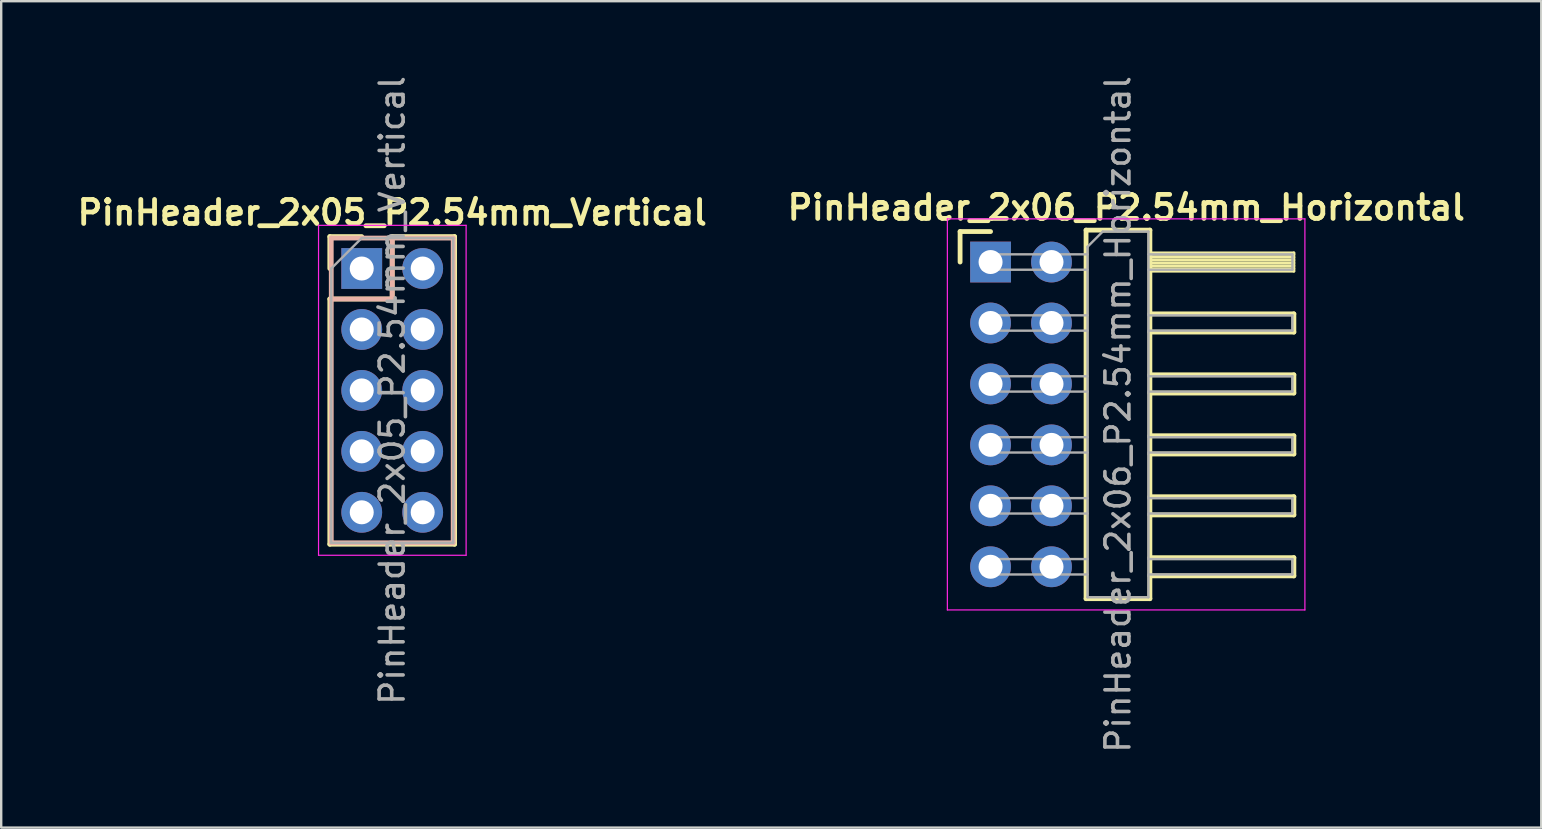
<source format=kicad_pcb>
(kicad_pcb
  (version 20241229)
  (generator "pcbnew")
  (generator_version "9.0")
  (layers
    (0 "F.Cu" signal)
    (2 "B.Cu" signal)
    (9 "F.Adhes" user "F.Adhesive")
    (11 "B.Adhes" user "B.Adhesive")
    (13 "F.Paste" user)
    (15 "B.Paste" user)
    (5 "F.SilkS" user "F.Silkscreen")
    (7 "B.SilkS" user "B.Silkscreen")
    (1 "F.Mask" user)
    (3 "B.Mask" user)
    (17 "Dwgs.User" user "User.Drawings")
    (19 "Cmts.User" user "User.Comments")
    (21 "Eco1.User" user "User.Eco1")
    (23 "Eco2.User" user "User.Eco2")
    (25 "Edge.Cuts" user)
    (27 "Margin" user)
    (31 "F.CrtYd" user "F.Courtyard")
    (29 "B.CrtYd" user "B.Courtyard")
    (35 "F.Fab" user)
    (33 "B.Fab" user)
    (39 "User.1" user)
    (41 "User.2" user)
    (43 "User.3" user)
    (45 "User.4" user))
  (footprint "PinHeader_2x05_P2.54mm_Vertical"
    (layer "F.Cu")
    (at 12.025 8.14)
    (property "Reference" "PinHeader_2x05_P2.54mm_Vertical" (at 1.27 -2.33 0) (layer "F.SilkS") (effects (font (size 1 1) (thickness 0.2))))
    (attr through_hole)
    (fp_line (start -1.33 -1.33) (end 0 -1.33) (stroke (width 0.2) (type solid)) (layer "F.SilkS"))
    (fp_line (start -1.33 0) (end -1.33 -1.33) (stroke (width 0.2) (type solid)) (layer "F.SilkS"))
    (fp_line (start -1.33 1.27) (end -1.33 11.49) (stroke (width 0.2) (type solid)) (layer "F.SilkS"))
    (fp_line (start -1.33 1.27) (end 1.27 1.27) (stroke (width 0.2) (type solid)) (layer "F.SilkS"))
    (fp_line (start -1.33 11.49) (end 3.87 11.49) (stroke (width 0.2) (type solid)) (layer "F.SilkS"))
    (fp_line (start 1.27 -1.33) (end 3.87 -1.33) (stroke (width 0.2) (type solid)) (layer "F.SilkS"))
    (fp_line (start 1.27 1.27) (end 1.27 -1.33) (stroke (width 0.2) (type solid)) (layer "F.SilkS"))
    (fp_line (start 3.87 -1.33) (end 3.87 11.49) (stroke (width 0.2) (type solid)) (layer "F.SilkS"))
    (fp_line (start -1.27 -1.27) (end 3.81 -1.27) (stroke (width 0.2) (type solid)) (layer "B.SilkS"))
    (fp_line (start -1.27 1.27) (end 1.27 1.27) (stroke (width 0.2) (type solid)) (layer "B.SilkS"))
    (fp_line (start -1.27 11.43) (end -1.27 -1.27) (stroke (width 0.2) (type solid)) (layer "B.SilkS"))
    (fp_line (start 1.27 1.27) (end 1.27 -1.27) (stroke (width 0.2) (type solid)) (layer "B.SilkS"))
    (fp_line (start 3.81 -1.27) (end 3.81 11.43) (stroke (width 0.2) (type solid)) (layer "B.SilkS"))
    (fp_line (start 3.81 11.43) (end -1.27 11.43) (stroke (width 0.2) (type solid)) (layer "B.SilkS"))
    (fp_line (start -1.8 -1.8) (end -1.8 11.95) (stroke (width 0.05) (type solid)) (layer "F.CrtYd"))
    (fp_line (start -1.8 11.95) (end 4.35 11.95) (stroke (width 0.05) (type solid)) (layer "F.CrtYd"))
    (fp_line (start 4.35 -1.8) (end -1.8 -1.8) (stroke (width 0.05) (type solid)) (layer "F.CrtYd"))
    (fp_line (start 4.35 11.95) (end 4.35 -1.8) (stroke (width 0.05) (type solid)) (layer "F.CrtYd"))
    (fp_line (start -1.27 0) (end 0 -1.27) (stroke (width 0.1) (type solid)) (layer "F.Fab"))
    (fp_line (start -1.27 11.43) (end -1.27 0) (stroke (width 0.1) (type solid)) (layer "F.Fab"))
    (fp_line (start 0 -1.27) (end 3.81 -1.27) (stroke (width 0.1) (type solid)) (layer "F.Fab"))
    (fp_line (start 3.81 -1.27) (end 3.81 11.43) (stroke (width 0.1) (type solid)) (layer "F.Fab"))
    (fp_line (start 3.81 11.43) (end -1.27 11.43) (stroke (width 0.1) (type solid)) (layer "F.Fab"))
    (fp_text user "${REFERENCE}" (at 1.27 5.08 90) (layer "F.Fab") (effects (font (size 1 1) (thickness 0.15))))
    (pad "1" thru_hole rect (at 0 0) (size 1.7 1.7) (drill 1) (layers "*.Cu" "*.Mask"))
    (pad "2" thru_hole oval (at 2.54 0) (size 1.7 1.7) (drill 1) (layers "*.Cu" "*.Mask"))
    (pad "3" thru_hole oval (at 0 2.54) (size 1.7 1.7) (drill 1) (layers "*.Cu" "*.Mask"))
    (pad "4" thru_hole oval (at 2.54 2.54) (size 1.7 1.7) (drill 1) (layers "*.Cu" "*.Mask"))
    (pad "5" thru_hole oval (at 0 5.08) (size 1.7 1.7) (drill 1) (layers "*.Cu" "*.Mask"))
    (pad "6" thru_hole oval (at 2.54 5.08) (size 1.7 1.7) (drill 1) (layers "*.Cu" "*.Mask"))
    (pad "7" thru_hole oval (at 0 7.62) (size 1.7 1.7) (drill 1) (layers "*.Cu" "*.Mask"))
    (pad "8" thru_hole oval (at 2.54 7.62) (size 1.7 1.7) (drill 1) (layers "*.Cu" "*.Mask"))
    (pad "9" thru_hole oval (at 0 10.16) (size 1.7 1.7) (drill 1) (layers "*.Cu" "*.Mask"))
    (pad "10" thru_hole oval (at 2.54 10.16) (size 1.7 1.7) (drill 1) (layers "*.Cu" "*.Mask")))
  (footprint "PinHeader_2x06_P2.54mm_Horizontal"
    (layer "F.Cu")
    (at 38.231 7.87)
    (property "Reference" "PinHeader_2x06_P2.54mm_Horizontal" (at 5.655 -2.27 0) (layer "F.SilkS") (effects (font (size 1 1) (thickness 0.2))))
    (attr through_hole)
    (fp_line (start -1.27 -1.27) (end 0 -1.27) (stroke (width 0.2) (type solid)) (layer "F.SilkS"))
    (fp_line (start -1.27 0) (end -1.27 -1.27) (stroke (width 0.2) (type solid)) (layer "F.SilkS"))
    (fp_line (start 3.98 -1.33) (end 3.98 14.03) (stroke (width 0.2) (type solid)) (layer "F.SilkS"))
    (fp_line (start 3.98 14.03) (end 6.64 14.03) (stroke (width 0.2) (type solid)) (layer "F.SilkS"))
    (fp_line (start 6.64 -1.33) (end 3.98 -1.33) (stroke (width 0.2) (type solid)) (layer "F.SilkS"))
    (fp_line (start 6.64 -0.38) (end 12.64 -0.38) (stroke (width 0.12) (type solid)) (layer "F.SilkS"))
    (fp_line (start 6.64 -0.32) (end 12.64 -0.32) (stroke (width 0.12) (type solid)) (layer "F.SilkS"))
    (fp_line (start 6.64 -0.2) (end 12.64 -0.2) (stroke (width 0.12) (type solid)) (layer "F.SilkS"))
    (fp_line (start 6.64 -0.08) (end 12.64 -0.08) (stroke (width 0.12) (type solid)) (layer "F.SilkS"))
    (fp_line (start 6.64 0.04) (end 12.64 0.04) (stroke (width 0.12) (type solid)) (layer "F.SilkS"))
    (fp_line (start 6.64 0.16) (end 12.64 0.16) (stroke (width 0.12) (type solid)) (layer "F.SilkS"))
    (fp_line (start 6.64 0.28) (end 12.64 0.28) (stroke (width 0.12) (type solid)) (layer "F.SilkS"))
    (fp_line (start 6.64 2.16) (end 12.64 2.16) (stroke (width 0.2) (type solid)) (layer "F.SilkS"))
    (fp_line (start 6.64 4.7) (end 12.64 4.7) (stroke (width 0.2) (type solid)) (layer "F.SilkS"))
    (fp_line (start 6.64 7.24) (end 12.64 7.24) (stroke (width 0.2) (type solid)) (layer "F.SilkS"))
    (fp_line (start 6.64 9.78) (end 12.64 9.78) (stroke (width 0.2) (type solid)) (layer "F.SilkS"))
    (fp_line (start 6.64 12.32) (end 12.64 12.32) (stroke (width 0.2) (type solid)) (layer "F.SilkS"))
    (fp_line (start 6.64 14.03) (end 6.64 -1.33) (stroke (width 0.2) (type solid)) (layer "F.SilkS"))
    (fp_line (start 12.64 -0.38) (end 12.64 0.38) (stroke (width 0.12) (type solid)) (layer "F.SilkS"))
    (fp_line (start 12.64 0.38) (end 6.64 0.38) (stroke (width 0.12) (type solid)) (layer "F.SilkS"))
    (fp_line (start 12.64 2.16) (end 12.64 2.92) (stroke (width 0.2) (type solid)) (layer "F.SilkS"))
    (fp_line (start 12.64 2.92) (end 6.64 2.92) (stroke (width 0.2) (type solid)) (layer "F.SilkS"))
    (fp_line (start 12.64 4.7) (end 12.64 5.46) (stroke (width 0.2) (type solid)) (layer "F.SilkS"))
    (fp_line (start 12.64 5.46) (end 6.64 5.46) (stroke (width 0.2) (type solid)) (layer "F.SilkS"))
    (fp_line (start 12.64 7.24) (end 12.64 8) (stroke (width 0.2) (type solid)) (layer "F.SilkS"))
    (fp_line (start 12.64 8) (end 6.64 8) (stroke (width 0.2) (type solid)) (layer "F.SilkS"))
    (fp_line (start 12.64 9.78) (end 12.64 10.54) (stroke (width 0.2) (type solid)) (layer "F.SilkS"))
    (fp_line (start 12.64 10.54) (end 6.64 10.54) (stroke (width 0.2) (type solid)) (layer "F.SilkS"))
    (fp_line (start 12.64 12.32) (end 12.64 13.08) (stroke (width 0.2) (type solid)) (layer "F.SilkS"))
    (fp_line (start 12.64 13.08) (end 6.64 13.08) (stroke (width 0.2) (type solid)) (layer "F.SilkS"))
    (fp_line (start -1.8 -1.8) (end -1.8 14.5) (stroke (width 0.05) (type solid)) (layer "F.CrtYd"))
    (fp_line (start -1.8 14.5) (end 13.1 14.5) (stroke (width 0.05) (type solid)) (layer "F.CrtYd"))
    (fp_line (start 13.1 -1.8) (end -1.8 -1.8) (stroke (width 0.05) (type solid)) (layer "F.CrtYd"))
    (fp_line (start 13.1 14.5) (end 13.1 -1.8) (stroke (width 0.05) (type solid)) (layer "F.CrtYd"))
    (fp_line (start -0.32 -0.32) (end -0.32 0.32) (stroke (width 0.1) (type solid)) (layer "F.Fab"))
    (fp_line (start -0.32 -0.32) (end 4.04 -0.32) (stroke (width 0.1) (type solid)) (layer "F.Fab"))
    (fp_line (start -0.32 0.32) (end 4.04 0.32) (stroke (width 0.1) (type solid)) (layer "F.Fab"))
    (fp_line (start -0.32 2.22) (end -0.32 2.86) (stroke (width 0.1) (type solid)) (layer "F.Fab"))
    (fp_line (start -0.32 2.22) (end 4.04 2.22) (stroke (width 0.1) (type solid)) (layer "F.Fab"))
    (fp_line (start -0.32 2.86) (end 4.04 2.86) (stroke (width 0.1) (type solid)) (layer "F.Fab"))
    (fp_line (start -0.32 4.76) (end -0.32 5.4) (stroke (width 0.1) (type solid)) (layer "F.Fab"))
    (fp_line (start -0.32 4.76) (end 4.04 4.76) (stroke (width 0.1) (type solid)) (layer "F.Fab"))
    (fp_line (start -0.32 5.4) (end 4.04 5.4) (stroke (width 0.1) (type solid)) (layer "F.Fab"))
    (fp_line (start -0.32 7.3) (end -0.32 7.94) (stroke (width 0.1) (type solid)) (layer "F.Fab"))
    (fp_line (start -0.32 7.3) (end 4.04 7.3) (stroke (width 0.1) (type solid)) (layer "F.Fab"))
    (fp_line (start -0.32 7.94) (end 4.04 7.94) (stroke (width 0.1) (type solid)) (layer "F.Fab"))
    (fp_line (start -0.32 9.84) (end -0.32 10.48) (stroke (width 0.1) (type solid)) (layer "F.Fab"))
    (fp_line (start -0.32 9.84) (end 4.04 9.84) (stroke (width 0.1) (type solid)) (layer "F.Fab"))
    (fp_line (start -0.32 10.48) (end 4.04 10.48) (stroke (width 0.1) (type solid)) (layer "F.Fab"))
    (fp_line (start -0.32 12.38) (end -0.32 13.02) (stroke (width 0.1) (type solid)) (layer "F.Fab"))
    (fp_line (start -0.32 12.38) (end 4.04 12.38) (stroke (width 0.1) (type solid)) (layer "F.Fab"))
    (fp_line (start -0.32 13.02) (end 4.04 13.02) (stroke (width 0.1) (type solid)) (layer "F.Fab"))
    (fp_line (start 4.04 -0.635) (end 4.675 -1.27) (stroke (width 0.1) (type solid)) (layer "F.Fab"))
    (fp_line (start 4.04 13.97) (end 4.04 -0.635) (stroke (width 0.1) (type solid)) (layer "F.Fab"))
    (fp_line (start 4.675 -1.27) (end 6.58 -1.27) (stroke (width 0.1) (type solid)) (layer "F.Fab"))
    (fp_line (start 6.58 -1.27) (end 6.58 13.97) (stroke (width 0.1) (type solid)) (layer "F.Fab"))
    (fp_line (start 6.58 -0.32) (end 12.58 -0.32) (stroke (width 0.1) (type solid)) (layer "F.Fab"))
    (fp_line (start 6.58 0.32) (end 12.58 0.32) (stroke (width 0.1) (type solid)) (layer "F.Fab"))
    (fp_line (start 6.58 2.22) (end 12.58 2.22) (stroke (width 0.1) (type solid)) (layer "F.Fab"))
    (fp_line (start 6.58 2.86) (end 12.58 2.86) (stroke (width 0.1) (type solid)) (layer "F.Fab"))
    (fp_line (start 6.58 4.76) (end 12.58 4.76) (stroke (width 0.1) (type solid)) (layer "F.Fab"))
    (fp_line (start 6.58 5.4) (end 12.58 5.4) (stroke (width 0.1) (type solid)) (layer "F.Fab"))
    (fp_line (start 6.58 7.3) (end 12.58 7.3) (stroke (width 0.1) (type solid)) (layer "F.Fab"))
    (fp_line (start 6.58 7.94) (end 12.58 7.94) (stroke (width 0.1) (type solid)) (layer "F.Fab"))
    (fp_line (start 6.58 9.84) (end 12.58 9.84) (stroke (width 0.1) (type solid)) (layer "F.Fab"))
    (fp_line (start 6.58 10.48) (end 12.58 10.48) (stroke (width 0.1) (type solid)) (layer "F.Fab"))
    (fp_line (start 6.58 12.38) (end 12.58 12.38) (stroke (width 0.1) (type solid)) (layer "F.Fab"))
    (fp_line (start 6.58 13.02) (end 12.58 13.02) (stroke (width 0.1) (type solid)) (layer "F.Fab"))
    (fp_line (start 6.58 13.97) (end 4.04 13.97) (stroke (width 0.1) (type solid)) (layer "F.Fab"))
    (fp_line (start 12.58 -0.32) (end 12.58 0.32) (stroke (width 0.1) (type solid)) (layer "F.Fab"))
    (fp_line (start 12.58 2.22) (end 12.58 2.86) (stroke (width 0.1) (type solid)) (layer "F.Fab"))
    (fp_line (start 12.58 4.76) (end 12.58 5.4) (stroke (width 0.1) (type solid)) (layer "F.Fab"))
    (fp_line (start 12.58 7.3) (end 12.58 7.94) (stroke (width 0.1) (type solid)) (layer "F.Fab"))
    (fp_line (start 12.58 9.84) (end 12.58 10.48) (stroke (width 0.1) (type solid)) (layer "F.Fab"))
    (fp_line (start 12.58 12.38) (end 12.58 13.02) (stroke (width 0.1) (type solid)) (layer "F.Fab"))
    (fp_text user "${REFERENCE}" (at 5.31 6.35 90) (layer "F.Fab") (effects (font (size 1 1) (thickness 0.15))))
    (pad "1" thru_hole rect (at 0 0) (size 1.7 1.7) (drill 1) (layers "*.Cu" "*.Mask"))
    (pad "2" thru_hole oval (at 2.54 0) (size 1.7 1.7) (drill 1) (layers "*.Cu" "*.Mask"))
    (pad "3" thru_hole oval (at 0 2.54) (size 1.7 1.7) (drill 1) (layers "*.Cu" "*.Mask"))
    (pad "4" thru_hole oval (at 2.54 2.54) (size 1.7 1.7) (drill 1) (layers "*.Cu" "*.Mask"))
    (pad "5" thru_hole oval (at 0 5.08) (size 1.7 1.7) (drill 1) (layers "*.Cu" "*.Mask"))
    (pad "6" thru_hole oval (at 2.54 5.08) (size 1.7 1.7) (drill 1) (layers "*.Cu" "*.Mask"))
    (pad "7" thru_hole oval (at 0 7.62) (size 1.7 1.7) (drill 1) (layers "*.Cu" "*.Mask"))
    (pad "8" thru_hole oval (at 2.54 7.62) (size 1.7 1.7) (drill 1) (layers "*.Cu" "*.Mask"))
    (pad "9" thru_hole oval (at 0 10.16) (size 1.7 1.7) (drill 1) (layers "*.Cu" "*.Mask"))
    (pad "10" thru_hole oval (at 2.54 10.16) (size 1.7 1.7) (drill 1) (layers "*.Cu" "*.Mask"))
    (pad "11" thru_hole oval (at 0 12.7) (size 1.7 1.7) (drill 1) (layers "*.Cu" "*.Mask"))
    (pad "12" thru_hole oval (at 2.54 12.7) (size 1.7 1.7) (drill 1) (layers "*.Cu" "*.Mask")))
  (gr_rect
    (start -3 -3)
    (end 61.181 31.44)
    (stroke (width 0.1) (type default))
    (fill no)
    (layer "Edge.Cuts")))
</source>
